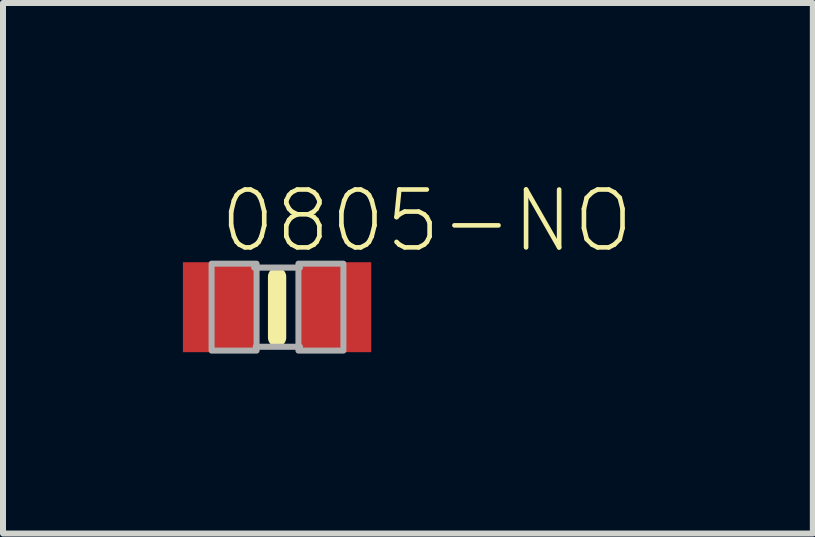
<source format=kicad_pcb>
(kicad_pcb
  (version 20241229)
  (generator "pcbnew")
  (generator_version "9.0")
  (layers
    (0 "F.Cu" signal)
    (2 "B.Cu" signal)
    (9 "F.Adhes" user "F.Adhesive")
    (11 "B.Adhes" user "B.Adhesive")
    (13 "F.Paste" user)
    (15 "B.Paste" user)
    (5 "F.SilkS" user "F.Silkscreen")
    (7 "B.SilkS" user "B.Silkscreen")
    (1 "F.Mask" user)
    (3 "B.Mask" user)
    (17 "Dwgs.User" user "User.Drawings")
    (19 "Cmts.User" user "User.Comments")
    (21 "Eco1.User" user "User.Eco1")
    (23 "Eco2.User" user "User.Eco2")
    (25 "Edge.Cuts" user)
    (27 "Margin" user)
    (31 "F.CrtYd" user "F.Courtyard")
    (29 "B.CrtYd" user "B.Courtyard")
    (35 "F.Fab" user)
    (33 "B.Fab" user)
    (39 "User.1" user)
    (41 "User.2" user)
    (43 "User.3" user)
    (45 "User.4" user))
  (footprint "0805-NO"
    (layer "F.Cu")
    (at 1.57 2.072)
    (property "Reference" "0805-NO" (at -1 -0.875 180) (layer "F.SilkS") (effects (font (size 0.965 0.965) (thickness 0.077)) (justify left bottom)))
    (attr through_hole)
    (fp_line (start 0 -0.508) (end 0 0.508) (stroke (width 0.305) (type solid)) (layer "F.SilkS"))
    (fp_line (start -0.381 -0.66) (end 0.381 -0.66) (stroke (width 0.102) (type solid)) (layer "F.Fab"))
    (fp_line (start -0.356 0.66) (end 0.381 0.66) (stroke (width 0.102) (type solid)) (layer "F.Fab"))
    (fp_poly (pts (xy -1.092 0.724) (xy -0.342 0.724) (xy -0.342 -0.726) (xy -1.092 -0.726)) (stroke (width 0.1) (type solid)) (fill no) (layer "F.Fab"))
    (fp_poly (pts (xy 0.356 0.724) (xy 1.106 0.724) (xy 1.106 -0.726) (xy 0.356 -0.726)) (stroke (width 0.1) (type solid)) (fill no) (layer "F.Fab"))
    (pad "1" smd rect (at -0.95 0) (size 1.24 1.5) (layers "F.Cu" "F.Mask" "F.Paste"))
    (pad "2" smd rect (at 0.95 0) (size 1.24 1.5) (layers "F.Cu" "F.Mask" "F.Paste")))
  (gr_rect
    (start -3 -3)
    (end 10.503 5.846)
    (stroke (width 0.1) (type default))
    (fill no)
    (layer "Edge.Cuts")))
</source>
